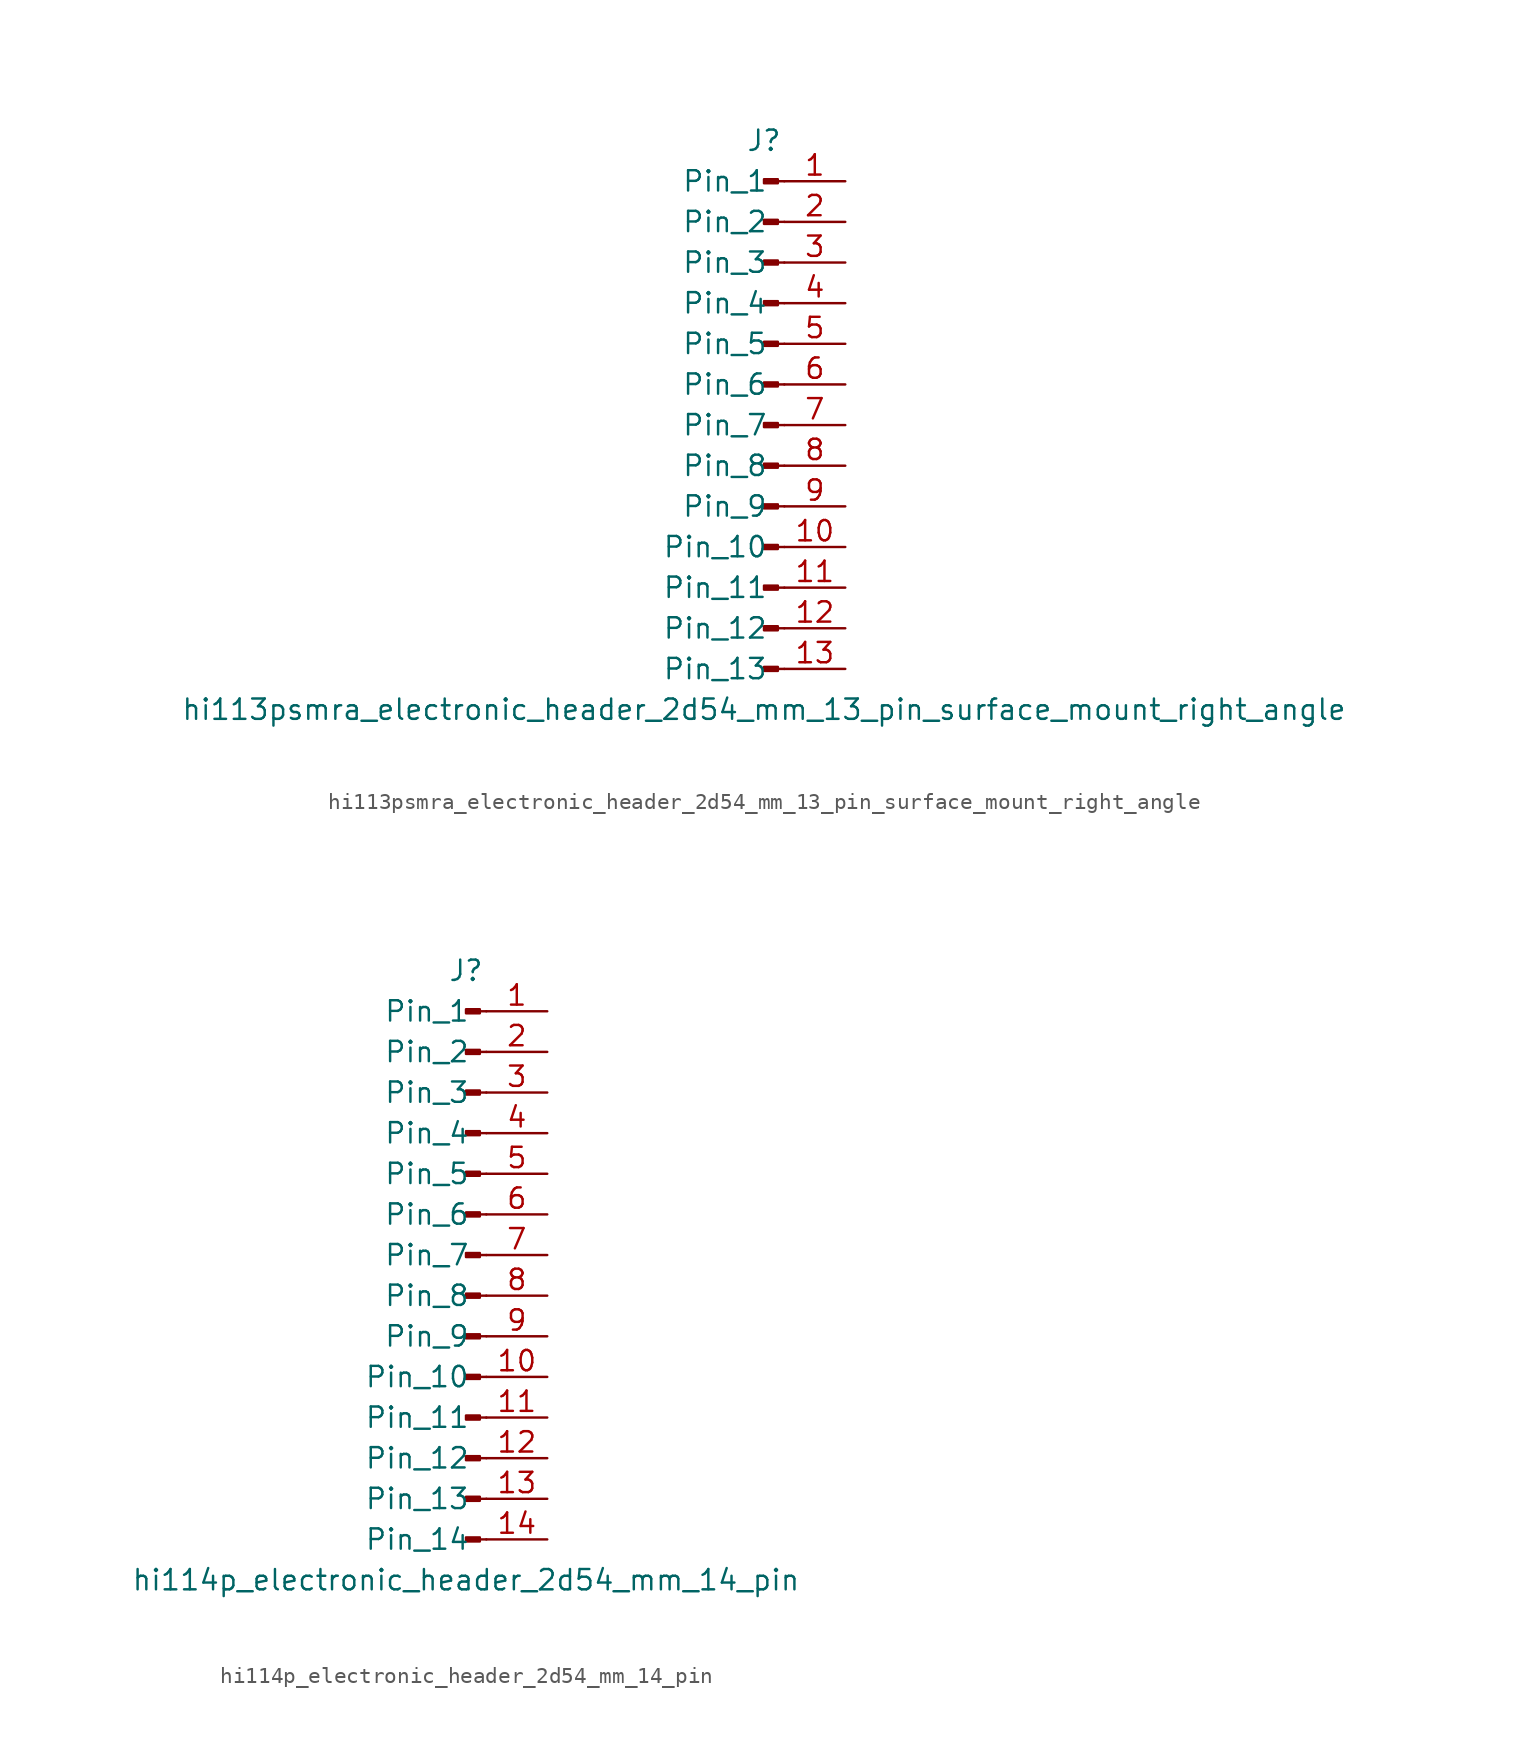
<source format=kicad_sym>
(kicad_symbol_lib
  (version 20220914)
  (generator kicad_symbol_editor)
  (symbol "hi113psmra_electronic_header_2d54_mm_13_pin_surface_mount_right_angle"
    (pin_names
      (offset 1.016))
    (property "Reference" "J"
      (at 0 17.78 0)
      (effects (font (size 1.27 1.27))))
    (property "Value" "hi113psmra_electronic_header_2d54_mm_13_pin_surface_mount_right_angle"
      (at 0 -17.78 0)
      (effects (font (size 1.27 1.27))))
    (property "ki_locked" ""
      (at 0 0 0)
      (effects (font (size 1.27 1.27))))
    (symbol "hi113psmra_electronic_header_2d54_mm_13_pin_surface_mount_right_angle_1_1"
      (polyline (pts (xy 1.27 -15.24) (xy 0.864 -15.24)) (stroke (width 0.152) (type default)) (fill (type none)))
      (polyline (pts (xy 1.27 -12.7) (xy 0.864 -12.7)) (stroke (width 0.152) (type default)) (fill (type none)))
      (polyline (pts (xy 1.27 -10.16) (xy 0.864 -10.16)) (stroke (width 0.152) (type default)) (fill (type none)))
      (polyline (pts (xy 1.27 -7.62) (xy 0.864 -7.62)) (stroke (width 0.152) (type default)) (fill (type none)))
      (polyline (pts (xy 1.27 -5.08) (xy 0.864 -5.08)) (stroke (width 0.152) (type default)) (fill (type none)))
      (polyline (pts (xy 1.27 -2.54) (xy 0.864 -2.54)) (stroke (width 0.152) (type default)) (fill (type none)))
      (polyline (pts (xy 1.27 0) (xy 0.864 0)) (stroke (width 0.152) (type default)) (fill (type none)))
      (polyline (pts (xy 1.27 2.54) (xy 0.864 2.54)) (stroke (width 0.152) (type default)) (fill (type none)))
      (polyline (pts (xy 1.27 5.08) (xy 0.864 5.08)) (stroke (width 0.152) (type default)) (fill (type none)))
      (polyline (pts (xy 1.27 7.62) (xy 0.864 7.62)) (stroke (width 0.152) (type default)) (fill (type none)))
      (polyline (pts (xy 1.27 10.16) (xy 0.864 10.16)) (stroke (width 0.152) (type default)) (fill (type none)))
      (polyline (pts (xy 1.27 12.7) (xy 0.864 12.7)) (stroke (width 0.152) (type default)) (fill (type none)))
      (polyline (pts (xy 1.27 15.24) (xy 0.864 15.24)) (stroke (width 0.152) (type default)) (fill (type none)))
      (rectangle (start 0.864 -15.113) (end 0 -15.367) (stroke (width 0.152) (type default)) (fill (type outline)))
      (rectangle (start 0.864 -12.573) (end 0 -12.827) (stroke (width 0.152) (type default)) (fill (type outline)))
      (rectangle (start 0.864 -10.033) (end 0 -10.287) (stroke (width 0.152) (type default)) (fill (type outline)))
      (rectangle (start 0.864 -7.493) (end 0 -7.747) (stroke (width 0.152) (type default)) (fill (type outline)))
      (rectangle (start 0.864 -4.953) (end 0 -5.207) (stroke (width 0.152) (type default)) (fill (type outline)))
      (rectangle (start 0.864 -2.413) (end 0 -2.667) (stroke (width 0.152) (type default)) (fill (type outline)))
      (rectangle (start 0.864 0.127) (end 0 -0.127) (stroke (width 0.152) (type default)) (fill (type outline)))
      (rectangle (start 0.864 2.667) (end 0 2.413) (stroke (width 0.152) (type default)) (fill (type outline)))
      (rectangle (start 0.864 5.207) (end 0 4.953) (stroke (width 0.152) (type default)) (fill (type outline)))
      (rectangle (start 0.864 7.747) (end 0 7.493) (stroke (width 0.152) (type default)) (fill (type outline)))
      (rectangle (start 0.864 10.287) (end 0 10.033) (stroke (width 0.152) (type default)) (fill (type outline)))
      (rectangle (start 0.864 12.827) (end 0 12.573) (stroke (width 0.152) (type default)) (fill (type outline)))
      (rectangle (start 0.864 15.367) (end 0 15.113) (stroke (width 0.152) (type default)) (fill (type outline)))
      (pin passive line (at 5.08 15.24 180) (length 3.81) (name "Pin_1" (effects (font (size 1.27 1.27)))) (number "1" (effects (font (size 1.27 1.27)))))
      (pin passive line (at 5.08 -7.62 180) (length 3.81) (name "Pin_10" (effects (font (size 1.27 1.27)))) (number "10" (effects (font (size 1.27 1.27)))))
      (pin passive line (at 5.08 -10.16 180) (length 3.81) (name "Pin_11" (effects (font (size 1.27 1.27)))) (number "11" (effects (font (size 1.27 1.27)))))
      (pin passive line (at 5.08 -12.7 180) (length 3.81) (name "Pin_12" (effects (font (size 1.27 1.27)))) (number "12" (effects (font (size 1.27 1.27)))))
      (pin passive line (at 5.08 -15.24 180) (length 3.81) (name "Pin_13" (effects (font (size 1.27 1.27)))) (number "13" (effects (font (size 1.27 1.27)))))
      (pin passive line (at 5.08 12.7 180) (length 3.81) (name "Pin_2" (effects (font (size 1.27 1.27)))) (number "2" (effects (font (size 1.27 1.27)))))
      (pin passive line (at 5.08 10.16 180) (length 3.81) (name "Pin_3" (effects (font (size 1.27 1.27)))) (number "3" (effects (font (size 1.27 1.27)))))
      (pin passive line (at 5.08 7.62 180) (length 3.81) (name "Pin_4" (effects (font (size 1.27 1.27)))) (number "4" (effects (font (size 1.27 1.27)))))
      (pin passive line (at 5.08 5.08 180) (length 3.81) (name "Pin_5" (effects (font (size 1.27 1.27)))) (number "5" (effects (font (size 1.27 1.27)))))
      (pin passive line (at 5.08 2.54 180) (length 3.81) (name "Pin_6" (effects (font (size 1.27 1.27)))) (number "6" (effects (font (size 1.27 1.27)))))
      (pin passive line (at 5.08 0 180) (length 3.81) (name "Pin_7" (effects (font (size 1.27 1.27)))) (number "7" (effects (font (size 1.27 1.27)))))
      (pin passive line (at 5.08 -2.54 180) (length 3.81) (name "Pin_8" (effects (font (size 1.27 1.27)))) (number "8" (effects (font (size 1.27 1.27)))))
      (pin passive line (at 5.08 -5.08 180) (length 3.81) (name "Pin_9" (effects (font (size 1.27 1.27)))) (number "9" (effects (font (size 1.27 1.27)))))))
  (symbol "hi114p_electronic_header_2d54_mm_14_pin"
    (pin_names
      (offset 1.016))
    (property "Reference" "J"
      (at 0 17.78 0)
      (effects (font (size 1.27 1.27))))
    (property "Value" "hi114p_electronic_header_2d54_mm_14_pin"
      (at 0 -20.32 0)
      (effects (font (size 1.27 1.27))))
    (property "ki_locked" ""
      (at 0 0 0)
      (effects (font (size 1.27 1.27))))
    (symbol "hi114p_electronic_header_2d54_mm_14_pin_1_1"
      (polyline (pts (xy 1.27 -17.78) (xy 0.864 -17.78)) (stroke (width 0.152) (type default)) (fill (type none)))
      (polyline (pts (xy 1.27 -15.24) (xy 0.864 -15.24)) (stroke (width 0.152) (type default)) (fill (type none)))
      (polyline (pts (xy 1.27 -12.7) (xy 0.864 -12.7)) (stroke (width 0.152) (type default)) (fill (type none)))
      (polyline (pts (xy 1.27 -10.16) (xy 0.864 -10.16)) (stroke (width 0.152) (type default)) (fill (type none)))
      (polyline (pts (xy 1.27 -7.62) (xy 0.864 -7.62)) (stroke (width 0.152) (type default)) (fill (type none)))
      (polyline (pts (xy 1.27 -5.08) (xy 0.864 -5.08)) (stroke (width 0.152) (type default)) (fill (type none)))
      (polyline (pts (xy 1.27 -2.54) (xy 0.864 -2.54)) (stroke (width 0.152) (type default)) (fill (type none)))
      (polyline (pts (xy 1.27 0) (xy 0.864 0)) (stroke (width 0.152) (type default)) (fill (type none)))
      (polyline (pts (xy 1.27 2.54) (xy 0.864 2.54)) (stroke (width 0.152) (type default)) (fill (type none)))
      (polyline (pts (xy 1.27 5.08) (xy 0.864 5.08)) (stroke (width 0.152) (type default)) (fill (type none)))
      (polyline (pts (xy 1.27 7.62) (xy 0.864 7.62)) (stroke (width 0.152) (type default)) (fill (type none)))
      (polyline (pts (xy 1.27 10.16) (xy 0.864 10.16)) (stroke (width 0.152) (type default)) (fill (type none)))
      (polyline (pts (xy 1.27 12.7) (xy 0.864 12.7)) (stroke (width 0.152) (type default)) (fill (type none)))
      (polyline (pts (xy 1.27 15.24) (xy 0.864 15.24)) (stroke (width 0.152) (type default)) (fill (type none)))
      (rectangle (start 0.864 -17.653) (end 0 -17.907) (stroke (width 0.152) (type default)) (fill (type outline)))
      (rectangle (start 0.864 -15.113) (end 0 -15.367) (stroke (width 0.152) (type default)) (fill (type outline)))
      (rectangle (start 0.864 -12.573) (end 0 -12.827) (stroke (width 0.152) (type default)) (fill (type outline)))
      (rectangle (start 0.864 -10.033) (end 0 -10.287) (stroke (width 0.152) (type default)) (fill (type outline)))
      (rectangle (start 0.864 -7.493) (end 0 -7.747) (stroke (width 0.152) (type default)) (fill (type outline)))
      (rectangle (start 0.864 -4.953) (end 0 -5.207) (stroke (width 0.152) (type default)) (fill (type outline)))
      (rectangle (start 0.864 -2.413) (end 0 -2.667) (stroke (width 0.152) (type default)) (fill (type outline)))
      (rectangle (start 0.864 0.127) (end 0 -0.127) (stroke (width 0.152) (type default)) (fill (type outline)))
      (rectangle (start 0.864 2.667) (end 0 2.413) (stroke (width 0.152) (type default)) (fill (type outline)))
      (rectangle (start 0.864 5.207) (end 0 4.953) (stroke (width 0.152) (type default)) (fill (type outline)))
      (rectangle (start 0.864 7.747) (end 0 7.493) (stroke (width 0.152) (type default)) (fill (type outline)))
      (rectangle (start 0.864 10.287) (end 0 10.033) (stroke (width 0.152) (type default)) (fill (type outline)))
      (rectangle (start 0.864 12.827) (end 0 12.573) (stroke (width 0.152) (type default)) (fill (type outline)))
      (rectangle (start 0.864 15.367) (end 0 15.113) (stroke (width 0.152) (type default)) (fill (type outline)))
      (pin passive line (at 5.08 15.24 180) (length 3.81) (name "Pin_1" (effects (font (size 1.27 1.27)))) (number "1" (effects (font (size 1.27 1.27)))))
      (pin passive line (at 5.08 -7.62 180) (length 3.81) (name "Pin_10" (effects (font (size 1.27 1.27)))) (number "10" (effects (font (size 1.27 1.27)))))
      (pin passive line (at 5.08 -10.16 180) (length 3.81) (name "Pin_11" (effects (font (size 1.27 1.27)))) (number "11" (effects (font (size 1.27 1.27)))))
      (pin passive line (at 5.08 -12.7 180) (length 3.81) (name "Pin_12" (effects (font (size 1.27 1.27)))) (number "12" (effects (font (size 1.27 1.27)))))
      (pin passive line (at 5.08 -15.24 180) (length 3.81) (name "Pin_13" (effects (font (size 1.27 1.27)))) (number "13" (effects (font (size 1.27 1.27)))))
      (pin passive line (at 5.08 -17.78 180) (length 3.81) (name "Pin_14" (effects (font (size 1.27 1.27)))) (number "14" (effects (font (size 1.27 1.27)))))
      (pin passive line (at 5.08 12.7 180) (length 3.81) (name "Pin_2" (effects (font (size 1.27 1.27)))) (number "2" (effects (font (size 1.27 1.27)))))
      (pin passive line (at 5.08 10.16 180) (length 3.81) (name "Pin_3" (effects (font (size 1.27 1.27)))) (number "3" (effects (font (size 1.27 1.27)))))
      (pin passive line (at 5.08 7.62 180) (length 3.81) (name "Pin_4" (effects (font (size 1.27 1.27)))) (number "4" (effects (font (size 1.27 1.27)))))
      (pin passive line (at 5.08 5.08 180) (length 3.81) (name "Pin_5" (effects (font (size 1.27 1.27)))) (number "5" (effects (font (size 1.27 1.27)))))
      (pin passive line (at 5.08 2.54 180) (length 3.81) (name "Pin_6" (effects (font (size 1.27 1.27)))) (number "6" (effects (font (size 1.27 1.27)))))
      (pin passive line (at 5.08 0 180) (length 3.81) (name "Pin_7" (effects (font (size 1.27 1.27)))) (number "7" (effects (font (size 1.27 1.27)))))
      (pin passive line (at 5.08 -2.54 180) (length 3.81) (name "Pin_8" (effects (font (size 1.27 1.27)))) (number "8" (effects (font (size 1.27 1.27)))))
      (pin passive line (at 5.08 -5.08 180) (length 3.81) (name "Pin_9" (effects (font (size 1.27 1.27)))) (number "9" (effects (font (size 1.27 1.27))))))))
</source>
